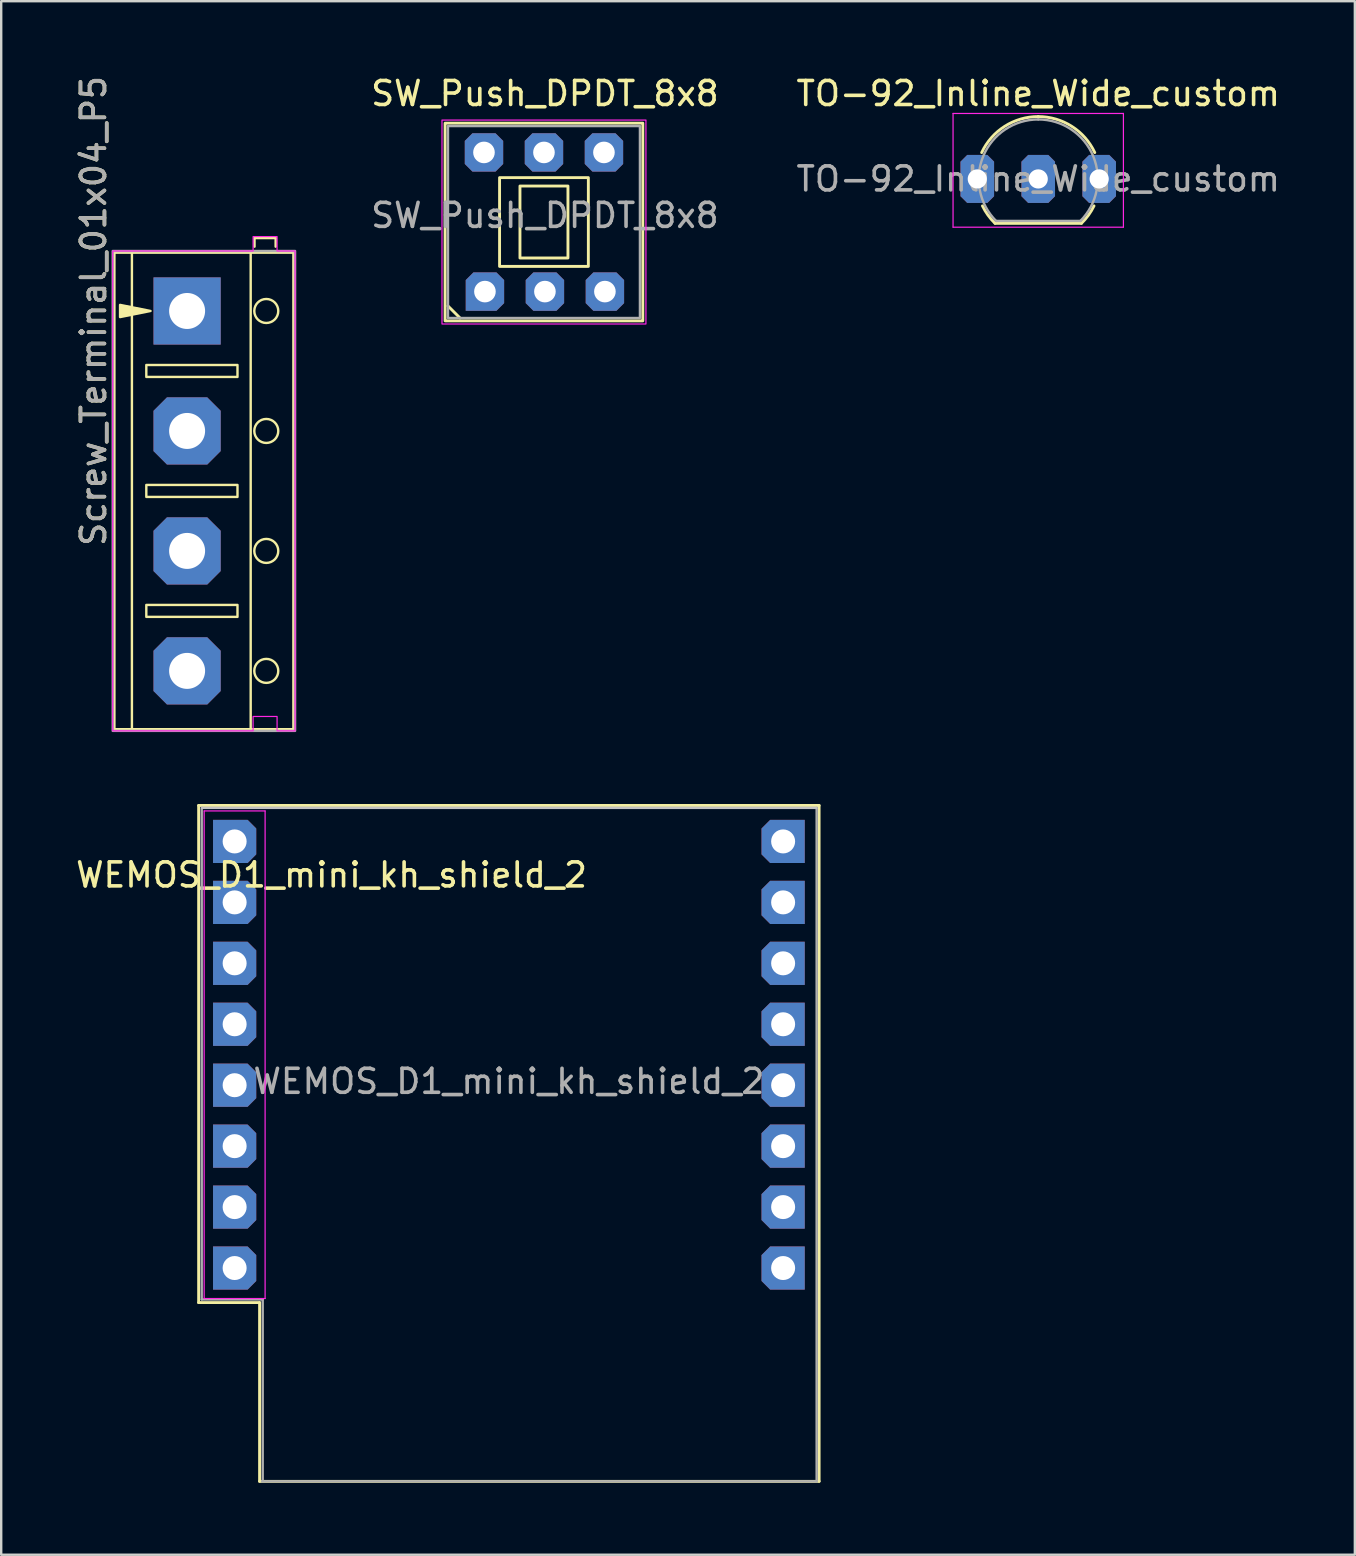
<source format=kicad_pcb>
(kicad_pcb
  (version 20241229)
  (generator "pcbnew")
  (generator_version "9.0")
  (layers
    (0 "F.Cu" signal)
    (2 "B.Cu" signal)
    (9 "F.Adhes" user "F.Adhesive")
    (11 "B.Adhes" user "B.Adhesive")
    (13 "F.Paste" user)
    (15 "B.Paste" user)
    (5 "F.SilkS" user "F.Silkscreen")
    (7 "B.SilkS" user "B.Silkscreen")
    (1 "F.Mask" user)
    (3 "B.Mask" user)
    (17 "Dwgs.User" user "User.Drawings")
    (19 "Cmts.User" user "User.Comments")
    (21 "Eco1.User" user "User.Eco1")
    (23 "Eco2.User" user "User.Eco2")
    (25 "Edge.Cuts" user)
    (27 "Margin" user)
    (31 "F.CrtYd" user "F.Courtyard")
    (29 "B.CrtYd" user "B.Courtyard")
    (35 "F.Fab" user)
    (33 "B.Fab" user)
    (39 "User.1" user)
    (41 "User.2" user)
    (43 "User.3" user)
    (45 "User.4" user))
  (footprint "TO-92_Inline_Wide_custom"
    (layer "F.Cu")
    (at 37.681 4.408)
    (property "Reference" "TO-92_Inline_Wide_custom" (at 2.54 -3.56 0) (layer "F.SilkS") (effects (font (size 1 1) (thickness 0.15))))
    (attr through_hole)
    (fp_line (start 0.74 1.85) (end 4.34 1.85) (stroke (width 0.12) (type solid)) (layer "F.SilkS"))
    (fp_arc (start 0.1836 -1.098807) (mid 1.143021 -2.192817) (end 2.54 -2.6) (stroke (width 0.12) (type solid)) (layer "F.SilkS"))
    (fp_arc (start 0.74 1.85) (mid 0.446097 1.509328) (end 0.215816 1.122795) (stroke (width 0.12) (type solid)) (layer "F.SilkS"))
    (fp_arc (start 2.54 -2.6) (mid 3.936979 -2.192818) (end 4.8964 -1.098807) (stroke (width 0.12) (type solid)) (layer "F.SilkS"))
    (fp_arc (start 4.864184 1.122795) (mid 4.633903 1.509328) (end 4.34 1.85) (stroke (width 0.12) (type solid)) (layer "F.SilkS"))
    (fp_line (start -1.01 -2.73) (end -1.01 2.01) (stroke (width 0.05) (type solid)) (layer "F.CrtYd"))
    (fp_line (start -1.01 -2.73) (end 6.09 -2.73) (stroke (width 0.05) (type solid)) (layer "F.CrtYd"))
    (fp_line (start 6.09 2.01) (end -1.01 2.01) (stroke (width 0.05) (type solid)) (layer "F.CrtYd"))
    (fp_line (start 6.09 2.01) (end 6.09 -2.73) (stroke (width 0.05) (type solid)) (layer "F.CrtYd"))
    (fp_line (start 0.8 1.75) (end 4.3 1.75) (stroke (width 0.1) (type solid)) (layer "F.Fab"))
    (fp_arc (start 0.786375 1.753625) (mid 0.248779 -0.949055) (end 2.54 -2.48) (stroke (width 0.1) (type solid)) (layer "F.Fab"))
    (fp_arc (start 2.54 -2.48) (mid 4.831221 -0.949055) (end 4.293625 1.753625) (stroke (width 0.1) (type solid)) (layer "F.Fab"))
    (fp_text user "${REFERENCE}" (at 2.54 0 0) (layer "F.Fab") (effects (font (size 1 1) (thickness 0.15))))
    (pad "1" thru_hole roundrect (at 0 0) (size 1.4 2) (drill 0.8) (layers "*.Cu" "*.Mask") (roundrect_rratio 0) (chamfer_ratio 0.2) (chamfer top_left top_right bottom_left bottom_right))
    (pad "2" thru_hole roundrect (at 2.54 0) (size 1.4 2) (drill 0.8) (layers "*.Cu" "*.Mask") (roundrect_rratio 0) (chamfer_ratio 0.2) (chamfer top_left top_right bottom_left bottom_right))
    (pad "3" thru_hole roundrect (at 5.08 0) (size 1.4 2) (drill 0.8) (layers "*.Cu" "*.Mask") (roundrect_rratio 0) (chamfer_ratio 0.2) (chamfer top_left top_right bottom_left bottom_right)))
  (footprint "SW_Push_DPDT_8x8"
    (layer "F.Cu")
    (at 17.121 9.103)
    (property "Reference" "SW_Push_DPDT_8x8" (at 2.54 -8.255 0) (layer "F.SilkS") (effects (font (size 1 1) (thickness 0.15))))
    (attr through_hole)
    (fp_line (start -1.5 0.6) (end -1 1.1) (stroke (width 0.12) (type solid)) (layer "F.SilkS"))
    (fp_rect (start -1.62 -7.02) (end 6.62 1.22) (stroke (width 0.12) (type default)) (fill no) (layer "F.SilkS"))
    (fp_rect (start 0.65 -1.05) (end 4.35 -4.75) (stroke (width 0.12) (type default)) (fill no) (layer "F.SilkS"))
    (fp_rect (start 1.5 -1.4) (end 3.5 -4.4) (stroke (width 0.12) (type default)) (fill no) (layer "F.SilkS"))
    (fp_rect (start -1.75 -7.15) (end 6.75 1.35) (stroke (width 0.05) (type default)) (fill no) (layer "F.CrtYd"))
    (fp_rect (start -1.5 -6.9) (end 6.5 1.1) (stroke (width 0.1) (type default)) (fill no) (layer "F.Fab"))
    (fp_text user "${REFERENCE}" (at 2.54 -3.175 0) (layer "F.Fab") (effects (font (size 1 1) (thickness 0.15))))
    (pad "1" thru_hole roundrect (at 0.04 0) (size 1.6 1.6) (drill 0.9) (layers "*.Cu" "*.Mask") (roundrect_rratio 0) (chamfer_ratio 0.2) (chamfer top_left top_right bottom_right))
    (pad "2" thru_hole roundrect (at 2.54 0) (size 1.6 1.6) (drill 0.9) (layers "*.Cu" "*.Mask") (roundrect_rratio 0) (chamfer_ratio 0.2) (chamfer top_left top_right bottom_left bottom_right))
    (pad "3" thru_hole roundrect (at 5.04 0) (size 1.6 1.6) (drill 0.9) (layers "*.Cu" "*.Mask") (roundrect_rratio 0) (chamfer_ratio 0.2) (chamfer top_left top_right bottom_left bottom_right))
    (pad "4" thru_hole roundrect (at 5 -5.8) (size 1.6 1.6) (drill 0.9) (layers "*.Cu" "*.Mask") (roundrect_rratio 0) (chamfer_ratio 0.2) (chamfer top_left top_right bottom_left bottom_right))
    (pad "5" thru_hole roundrect (at 2.5 -5.8) (size 1.6 1.6) (drill 0.9) (layers "*.Cu" "*.Mask") (roundrect_rratio 0) (chamfer_ratio 0.2) (chamfer top_left top_right bottom_left bottom_right))
    (pad "6" thru_hole roundrect (at 0 -5.8) (size 1.6 1.6) (drill 0.9) (layers "*.Cu" "*.Mask") (roundrect_rratio 0) (chamfer_ratio 0.2) (chamfer top_left top_right bottom_left bottom_right)))
  (footprint "WEMOS_D1_mini_kh_shield_2"
    (layer "F.Cu")
    (at 6.729 32.019)
    (property "Reference" "WEMOS_D1_mini_kh_shield_2" (at 4.039 1.397 0) (layer "F.SilkS") (effects (font (size 1 1) (thickness 0.15))))
    (attr through_hole)
    (fp_line (start -1.5 19.22) (end -1.5 -1.499) (stroke (width 0.12) (type solid)) (layer "F.SilkS"))
    (fp_line (start -1.5 19.22) (end 1.04 19.22) (stroke (width 0.12) (type solid)) (layer "F.SilkS"))
    (fp_line (start 1.04 19.22) (end 1.04 26.67) (stroke (width 0.12) (type solid)) (layer "F.SilkS"))
    (fp_line (start 1.04 26.67) (end 24.36 26.67) (stroke (width 0.12) (type solid)) (layer "F.SilkS"))
    (fp_line (start 24.359 -1.499) (end -1.5 -1.499) (stroke (width 0.12) (type solid)) (layer "F.SilkS"))
    (fp_line (start 24.36 26.67) (end 24.359 -1.499) (stroke (width 0.12) (type solid)) (layer "F.SilkS"))
    (fp_line (start -1.35 -1.4) (end -1.35 -1.4) (stroke (width 0.1) (type solid)) (layer "Dwgs.User"))
    (fp_line (start -1.35 -1.4) (end 24.25 -1.4) (stroke (width 0.1) (type solid)) (layer "Dwgs.User"))
    (fp_line (start -1.27 -1.27) (end 1.27 -1.27) (stroke (width 0.05) (type solid)) (layer "F.CrtYd"))
    (fp_line (start -1.27 19.05) (end -1.27 -1.27) (stroke (width 0.05) (type solid)) (layer "F.CrtYd"))
    (fp_line (start 1.27 -1.27) (end 1.27 19.05) (stroke (width 0.05) (type solid)) (layer "F.CrtYd"))
    (fp_line (start 1.27 19.05) (end -1.27 19.05) (stroke (width 0.05) (type solid)) (layer "F.CrtYd"))
    (fp_line (start -1.372 -1.397) (end -1.372 19.09) (stroke (width 0.1) (type solid)) (layer "F.Fab"))
    (fp_line (start -1.37 19.09) (end 1.17 19.09) (stroke (width 0.1) (type solid)) (layer "F.Fab"))
    (fp_line (start 1.143 26.67) (end 24.257 26.67) (stroke (width 0.1) (type solid)) (layer "F.Fab"))
    (fp_line (start 1.17 19.09) (end 1.17 26.67) (stroke (width 0.1) (type solid)) (layer "F.Fab"))
    (fp_line (start 24.257 26.67) (end 24.257 -1.397) (stroke (width 0.1) (type solid)) (layer "F.Fab"))
    (fp_text user "${REFERENCE}" (at 11.43 10 0) (layer "F.Fab") (effects (font (size 1 1) (thickness 0.15))))
    (pad "1" thru_hole roundrect (at 0 0) (size 1.8 1.8) (drill 1) (layers "*.Cu" "*.Mask") (roundrect_rratio 0) (chamfer_ratio 0.2) (chamfer top_right bottom_right))
    (pad "2" thru_hole roundrect (at 0 2.54) (size 1.8 1.8) (drill 1) (layers "*.Cu" "*.Mask") (roundrect_rratio 0) (chamfer_ratio 0.2) (chamfer top_right bottom_right))
    (pad "3" thru_hole roundrect (at 0 5.08) (size 1.8 1.8) (drill 1) (layers "*.Cu" "*.Mask") (roundrect_rratio 0) (chamfer_ratio 0.2) (chamfer top_right bottom_right))
    (pad "4" thru_hole roundrect (at 0 7.62) (size 1.8 1.8) (drill 1) (layers "*.Cu" "*.Mask") (roundrect_rratio 0) (chamfer_ratio 0.2) (chamfer top_right bottom_right))
    (pad "5" thru_hole roundrect (at 0 10.16) (size 1.8 1.8) (drill 1) (layers "*.Cu" "*.Mask") (roundrect_rratio 0) (chamfer_ratio 0.2) (chamfer top_right bottom_right))
    (pad "6" thru_hole roundrect (at 0 12.7) (size 1.8 1.8) (drill 1) (layers "*.Cu" "*.Mask") (roundrect_rratio 0) (chamfer_ratio 0.2) (chamfer top_right bottom_right))
    (pad "7" thru_hole roundrect (at 0 15.24) (size 1.8 1.8) (drill 1) (layers "*.Cu" "*.Mask") (roundrect_rratio 0) (chamfer_ratio 0.2) (chamfer top_right bottom_right))
    (pad "8" thru_hole roundrect (at 0 17.78) (size 1.8 1.8) (drill 1) (layers "*.Cu" "*.Mask") (roundrect_rratio 0) (chamfer_ratio 0.2) (chamfer top_right bottom_right))
    (pad "9" thru_hole roundrect (at 22.86 17.78) (size 1.8 1.8) (drill 1) (layers "*.Cu" "*.Mask") (roundrect_rratio 0) (chamfer_ratio 0.2) (chamfer top_left bottom_left))
    (pad "10" thru_hole roundrect (at 22.86 15.24) (size 1.8 1.8) (drill 1) (layers "*.Cu" "*.Mask") (roundrect_rratio 0) (chamfer_ratio 0.2) (chamfer top_left bottom_left))
    (pad "11" thru_hole roundrect (at 22.86 12.7) (size 1.8 1.8) (drill 1) (layers "*.Cu" "*.Mask") (roundrect_rratio 0) (chamfer_ratio 0.2) (chamfer top_left bottom_left))
    (pad "12" thru_hole roundrect (at 22.86 10.16) (size 1.8 1.8) (drill 1) (layers "*.Cu" "*.Mask") (roundrect_rratio 0) (chamfer_ratio 0.2) (chamfer top_left bottom_left))
    (pad "13" thru_hole roundrect (at 22.86 7.62) (size 1.8 1.8) (drill 1) (layers "*.Cu" "*.Mask") (roundrect_rratio 0) (chamfer_ratio 0.2) (chamfer top_left bottom_left))
    (pad "14" thru_hole roundrect (at 22.86 5.08) (size 1.8 1.8) (drill 1) (layers "*.Cu" "*.Mask") (roundrect_rratio 0) (chamfer_ratio 0.2) (chamfer top_left bottom_left))
    (pad "15" thru_hole roundrect (at 22.86 2.54) (size 1.8 1.8) (drill 1) (layers "*.Cu" "*.Mask") (roundrect_rratio 0) (chamfer_ratio 0.2) (chamfer top_left bottom_left))
    (pad "16" thru_hole roundrect (at 22.86 0) (size 1.8 1.8) (drill 1) (layers "*.Cu" "*.Mask") (roundrect_rratio 0) (chamfer_ratio 0.2) (chamfer top_left bottom_left)))
  (footprint "Screw_Terminal_01x04_P5"
    (layer "F.Cu")
    (at 4.748 9.911)
    (property "Reference" "Screw_Terminal_01x04_P5" (at -3.9 0 90) (layer "F.SilkS") (effects (font (size 1 1) (thickness 0.15))))
    (attr through_hole)
    (fp_line (start -2.3 -2.44) (end -2.3 17.44) (stroke (width 0.1) (type default)) (layer "F.SilkS"))
    (fp_line (start 2.65 -2.44) (end 2.65 17.44) (stroke (width 0.1) (type default)) (layer "F.SilkS"))
    (fp_line (start 2.81 -3.04) (end 2.81 -2.68) (stroke (width 0.1) (type default)) (layer "F.SilkS"))
    (fp_line (start 2.81 -3.04) (end 3.69 -3.04) (stroke (width 0.1) (type default)) (layer "F.SilkS"))
    (fp_line (start 3.69 -3.04) (end 3.69 -2.68) (stroke (width 0.1) (type default)) (layer "F.SilkS"))
    (fp_rect (start -3.04 -2.44) (end 4.44 17.44) (stroke (width 0.12) (type default)) (fill no) (layer "F.SilkS"))
    (fp_rect (start -1.7 2.25) (end 2.1 2.75) (stroke (width 0.1) (type default)) (fill no) (layer "F.SilkS"))
    (fp_rect (start -1.7 7.25) (end 2.1 7.75) (stroke (width 0.1) (type default)) (fill no) (layer "F.SilkS"))
    (fp_rect (start -1.7 12.25) (end 2.1 12.75) (stroke (width 0.1) (type default)) (fill no) (layer "F.SilkS"))
    (fp_circle (center 3.3 0) (end 3.8 0) (stroke (width 0.1) (type default)) (fill no) (layer "F.SilkS"))
    (fp_circle (center 3.3 5) (end 3.8 5) (stroke (width 0.1) (type default)) (fill no) (layer "F.SilkS"))
    (fp_circle (center 3.3 10) (end 3.8 10) (stroke (width 0.1) (type default)) (fill no) (layer "F.SilkS"))
    (fp_circle (center 3.3 15) (end 3.8 15) (stroke (width 0.1) (type default)) (fill no) (layer "F.SilkS"))
    (fp_poly (pts (xy -2.794 -0.254) (xy -1.524 0) (xy -2.794 0.254)) (stroke (width 0.1) (type solid)) (fill yes) (layer "F.SilkS"))
    (fp_poly (pts (xy -3.1 17.5) (xy -3.1 -2.5) (xy 2.75 -2.5) (xy 2.75 -3.1) (xy 3.75 -3.1) (xy 3.75 -2.5) (xy 4.5 -2.5) (xy 4.5 17.5) (xy 3.75 17.5) (xy 3.75 16.9) (xy 2.75 16.9) (xy 2.75 17.5)) (stroke (width 0.05) (type solid)) (fill no) (layer "F.CrtYd"))
    (fp_rect (start -3.1 -2.5) (end 4.5 17.5) (stroke (width 0.1) (type default)) (fill no) (layer "F.Fab"))
    (fp_text user "${REFERENCE}" (at -3.9 0 90) (layer "F.Fab") (effects (font (size 1 1) (thickness 0.15))))
    (pad "1" thru_hole rect (at 0 0) (size 2.8 2.8) (drill 1.5) (layers "*.Cu" "*.Mask"))
    (pad "2" thru_hole roundrect (at 0 5) (size 2.8 2.8) (drill 1.5) (layers "*.Cu" "*.Mask") (roundrect_rratio 0) (chamfer_ratio 0.2) (chamfer top_left top_right bottom_left bottom_right))
    (pad "3" thru_hole roundrect (at 0 10) (size 2.8 2.8) (drill 1.5) (layers "*.Cu" "*.Mask") (roundrect_rratio 0) (chamfer_ratio 0.2) (chamfer top_left top_right bottom_left bottom_right))
    (pad "4" thru_hole roundrect (at 0 15) (size 2.8 2.8) (drill 1.5) (layers "*.Cu" "*.Mask") (roundrect_rratio 0) (chamfer_ratio 0.2) (chamfer top_left top_right bottom_left bottom_right)))
  (gr_rect
    (start -3 -3)
    (end 53.417 61.749)
    (stroke (width 0.1) (type default))
    (fill no)
    (layer "Edge.Cuts")))
</source>
